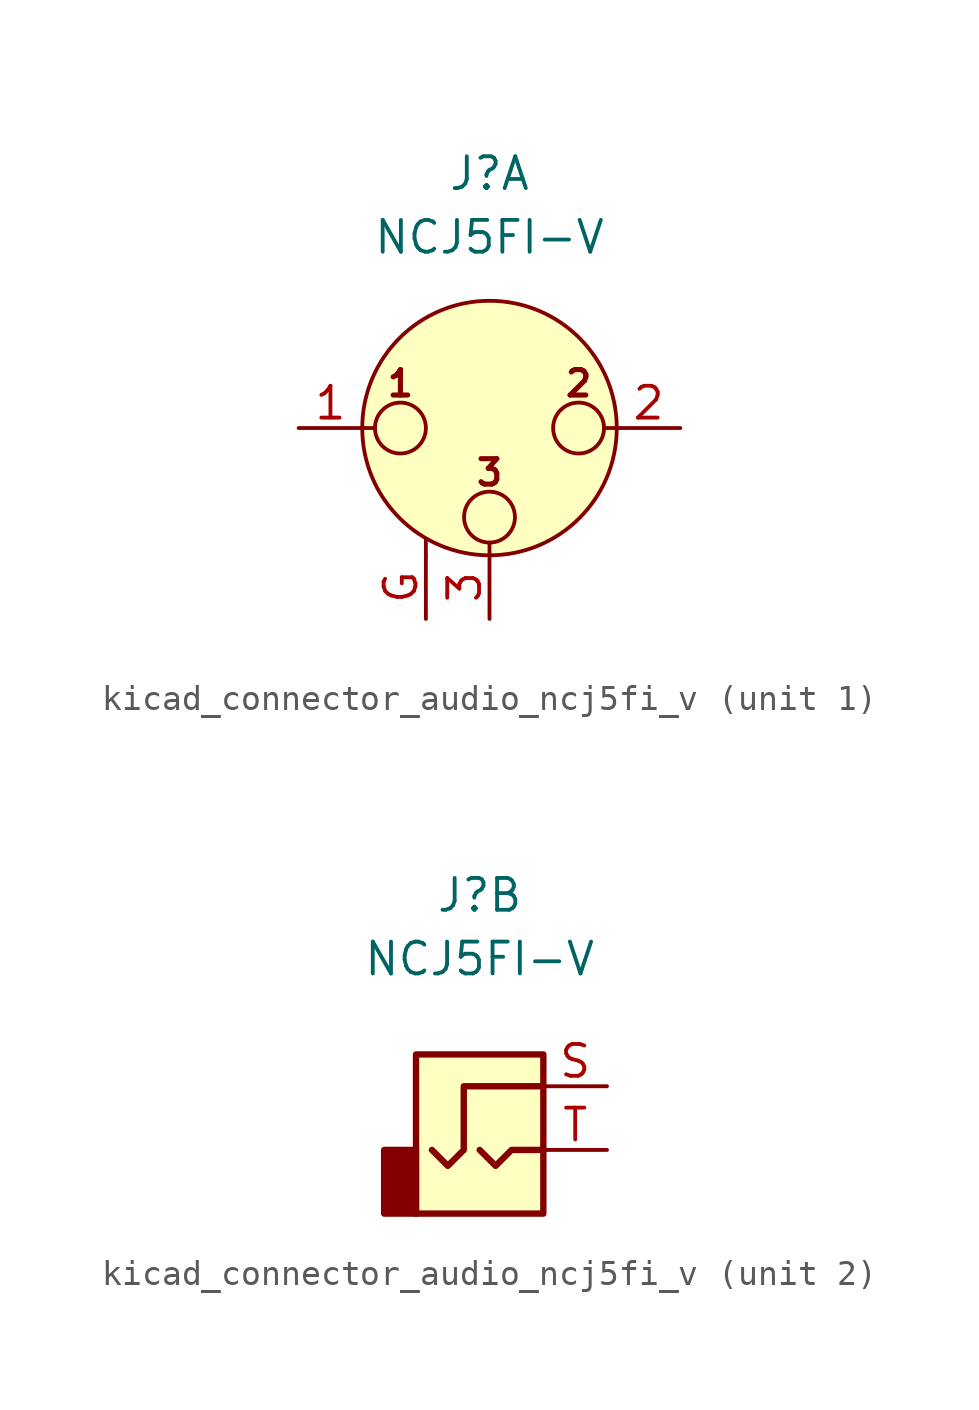
<source format=kicad_sym>
(kicad_symbol_lib
  (version 20220914)
  (generator kicad_symbol_editor)
  (symbol "kicad_connector_audio_ncj5fi_v"
    (pin_names hide)
    (property "Reference" "J"
      (at 0 10.16 0)
      (effects (font (size 1.27 1.27))))
    (property "Value" "NCJ5FI-V"
      (at 0 7.62 0)
      (effects (font (size 1.27 1.27))))
    (symbol "kicad_connector_audio_ncj5fi_v_1_1"
      (circle (center -3.556 0) (radius 1.016) (stroke (width 0) (type default)) (fill (type none)))
      (circle (center 0 -3.556) (radius 1.016) (stroke (width 0) (type default)) (fill (type none)))
      (polyline (pts (xy -5.08 0) (xy -4.572 0)) (stroke (width 0) (type default)) (fill (type none)))
      (polyline (pts (xy -2.54 -5.08) (xy -2.54 -4.445)) (stroke (width 0) (type default)) (fill (type none)))
      (polyline (pts (xy 0 -5.08) (xy 0 -4.572)) (stroke (width 0) (type default)) (fill (type none)))
      (polyline (pts (xy 5.08 0) (xy 4.572 0)) (stroke (width 0) (type default)) (fill (type none)))
      (circle (center 0 0) (radius 5.08) (stroke (width 0) (type default)) (fill (type background)))
      (circle (center 3.556 0) (radius 1.016) (stroke (width 0) (type default)) (fill (type none)))
      (text "1" (at -3.556 1.778 0) (effects (font (size 1.016 1.016) bold)))
      (text "2" (at 3.556 1.778 0) (effects (font (size 1.016 1.016) bold)))
      (text "3" (at 0 -1.778 0) (effects (font (size 1.016 1.016) bold)))
      (pin passive line (at -7.62 0 0) (length 2.54) (name "~" (effects (font (size 1.27 1.27)))) (number "1" (effects (font (size 1.27 1.27)))))
      (pin passive line (at 7.62 0 180) (length 2.54) (name "~" (effects (font (size 1.27 1.27)))) (number "2" (effects (font (size 1.27 1.27)))))
      (pin passive line (at 0 -7.62 90) (length 2.54) (name "~" (effects (font (size 1.27 1.27)))) (number "3" (effects (font (size 1.27 1.27)))))
      (pin passive line (at -2.54 -7.62 90) (length 2.54) (name "~" (effects (font (size 1.27 1.27)))) (number "G" (effects (font (size 1.27 1.27))))))
    (symbol "kicad_connector_audio_ncj5fi_v_2_1"
      (rectangle (start -2.54 0) (end -3.81 -2.54) (stroke (width 0.254) (type default)) (fill (type outline)))
      (polyline (pts (xy 0 0) (xy 0.635 -0.635) (xy 1.27 0) (xy 2.54 0)) (stroke (width 0.254) (type default)) (fill (type none)))
      (polyline (pts (xy 2.54 2.54) (xy -0.635 2.54) (xy -0.635 0) (xy -1.27 -0.635) (xy -1.905 0)) (stroke (width 0.254) (type default)) (fill (type none)))
      (rectangle (start 2.54 3.81) (end -2.54 -2.54) (stroke (width 0.254) (type default)) (fill (type background)))
      (pin passive line (at 5.08 2.54 180) (length 2.54) (name "~" (effects (font (size 1.27 1.27)))) (number "S" (effects (font (size 1.27 1.27)))))
      (pin passive line (at 5.08 0 180) (length 2.54) (name "~" (effects (font (size 1.27 1.27)))) (number "T" (effects (font (size 1.27 1.27))))))))
</source>
